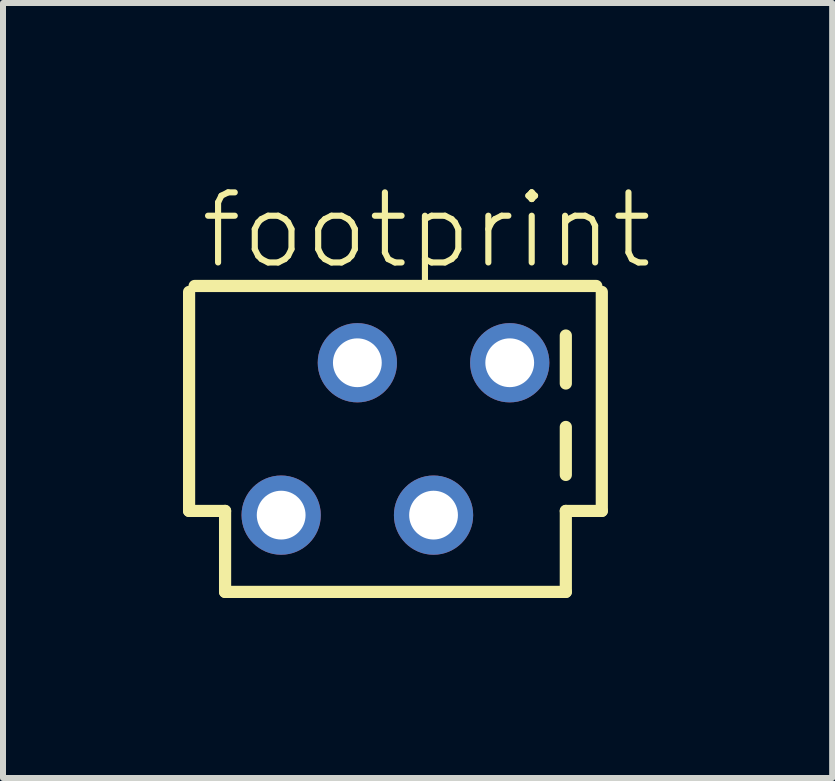
<source format=kicad_pcb>
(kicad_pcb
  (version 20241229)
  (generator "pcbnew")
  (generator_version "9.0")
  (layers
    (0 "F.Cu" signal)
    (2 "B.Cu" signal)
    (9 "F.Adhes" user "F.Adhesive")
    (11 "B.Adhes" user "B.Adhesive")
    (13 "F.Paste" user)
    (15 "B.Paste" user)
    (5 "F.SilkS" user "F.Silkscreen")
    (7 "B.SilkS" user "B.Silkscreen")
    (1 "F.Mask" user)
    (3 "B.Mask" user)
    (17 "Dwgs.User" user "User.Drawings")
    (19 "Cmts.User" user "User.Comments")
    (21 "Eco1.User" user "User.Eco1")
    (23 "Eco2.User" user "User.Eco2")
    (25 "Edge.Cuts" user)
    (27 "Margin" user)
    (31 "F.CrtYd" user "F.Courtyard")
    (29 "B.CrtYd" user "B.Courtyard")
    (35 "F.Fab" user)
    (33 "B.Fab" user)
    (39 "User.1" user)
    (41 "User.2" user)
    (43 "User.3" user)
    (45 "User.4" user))
  (footprint "footprint"
    (layer "F.Cu")
    (at 3.542 4.267)
    (property "Reference" "footprint" (at -3.302 -2.794 0) (layer "F.SilkS") (effects (font (size 1.168 1.168) (thickness 0.102)) (justify left bottom)))
    (fp_line (start -3.44 -2.451) (end -3.44 1.2) (stroke (width 0.203) (type solid)) (layer "F.SilkS"))
    (fp_line (start -3.44 1.2) (end -2.84 1.2) (stroke (width 0.203) (type solid)) (layer "F.SilkS"))
    (fp_line (start -2.84 1.2) (end -2.84 2.55) (stroke (width 0.203) (type solid)) (layer "F.SilkS"))
    (fp_line (start -2.84 2.55) (end 2.84 2.55) (stroke (width 0.203) (type solid)) (layer "F.SilkS"))
    (fp_line (start 2.84 -1.724) (end 2.84 -0.924) (stroke (width 0.203) (type solid)) (layer "F.SilkS"))
    (fp_line (start 2.84 -0.2) (end 2.84 0.6) (stroke (width 0.203) (type solid)) (layer "F.SilkS"))
    (fp_line (start 2.84 1.2) (end 3.44 1.2) (stroke (width 0.203) (type solid)) (layer "F.SilkS"))
    (fp_line (start 2.84 2.55) (end 2.84 1.2) (stroke (width 0.203) (type solid)) (layer "F.SilkS"))
    (fp_line (start 3.348 -2.55) (end -3.348 -2.55) (stroke (width 0.203) (type solid)) (layer "F.SilkS"))
    (fp_line (start 3.44 1.2) (end 3.44 -2.451) (stroke (width 0.203) (type solid)) (layer "F.SilkS"))
    (pad "1" thru_hole circle (at -1.905 1.27) (size 1.321 1.321) (drill 0.813) (layers "*.Cu" "*.Mask"))
    (pad "2" thru_hole circle (at -0.635 -1.27) (size 1.321 1.321) (drill 0.813) (layers "*.Cu" "*.Mask"))
    (pad "3" thru_hole circle (at 0.635 1.27) (size 1.321 1.321) (drill 0.813) (layers "*.Cu" "*.Mask"))
    (pad "4" thru_hole circle (at 1.905 -1.27) (size 1.321 1.321) (drill 0.813) (layers "*.Cu" "*.Mask")))
  (gr_rect
    (start -3 -3)
    (end 10.822 9.919)
    (stroke (width 0.1) (type default))
    (fill no)
    (layer "Edge.Cuts")))
</source>
